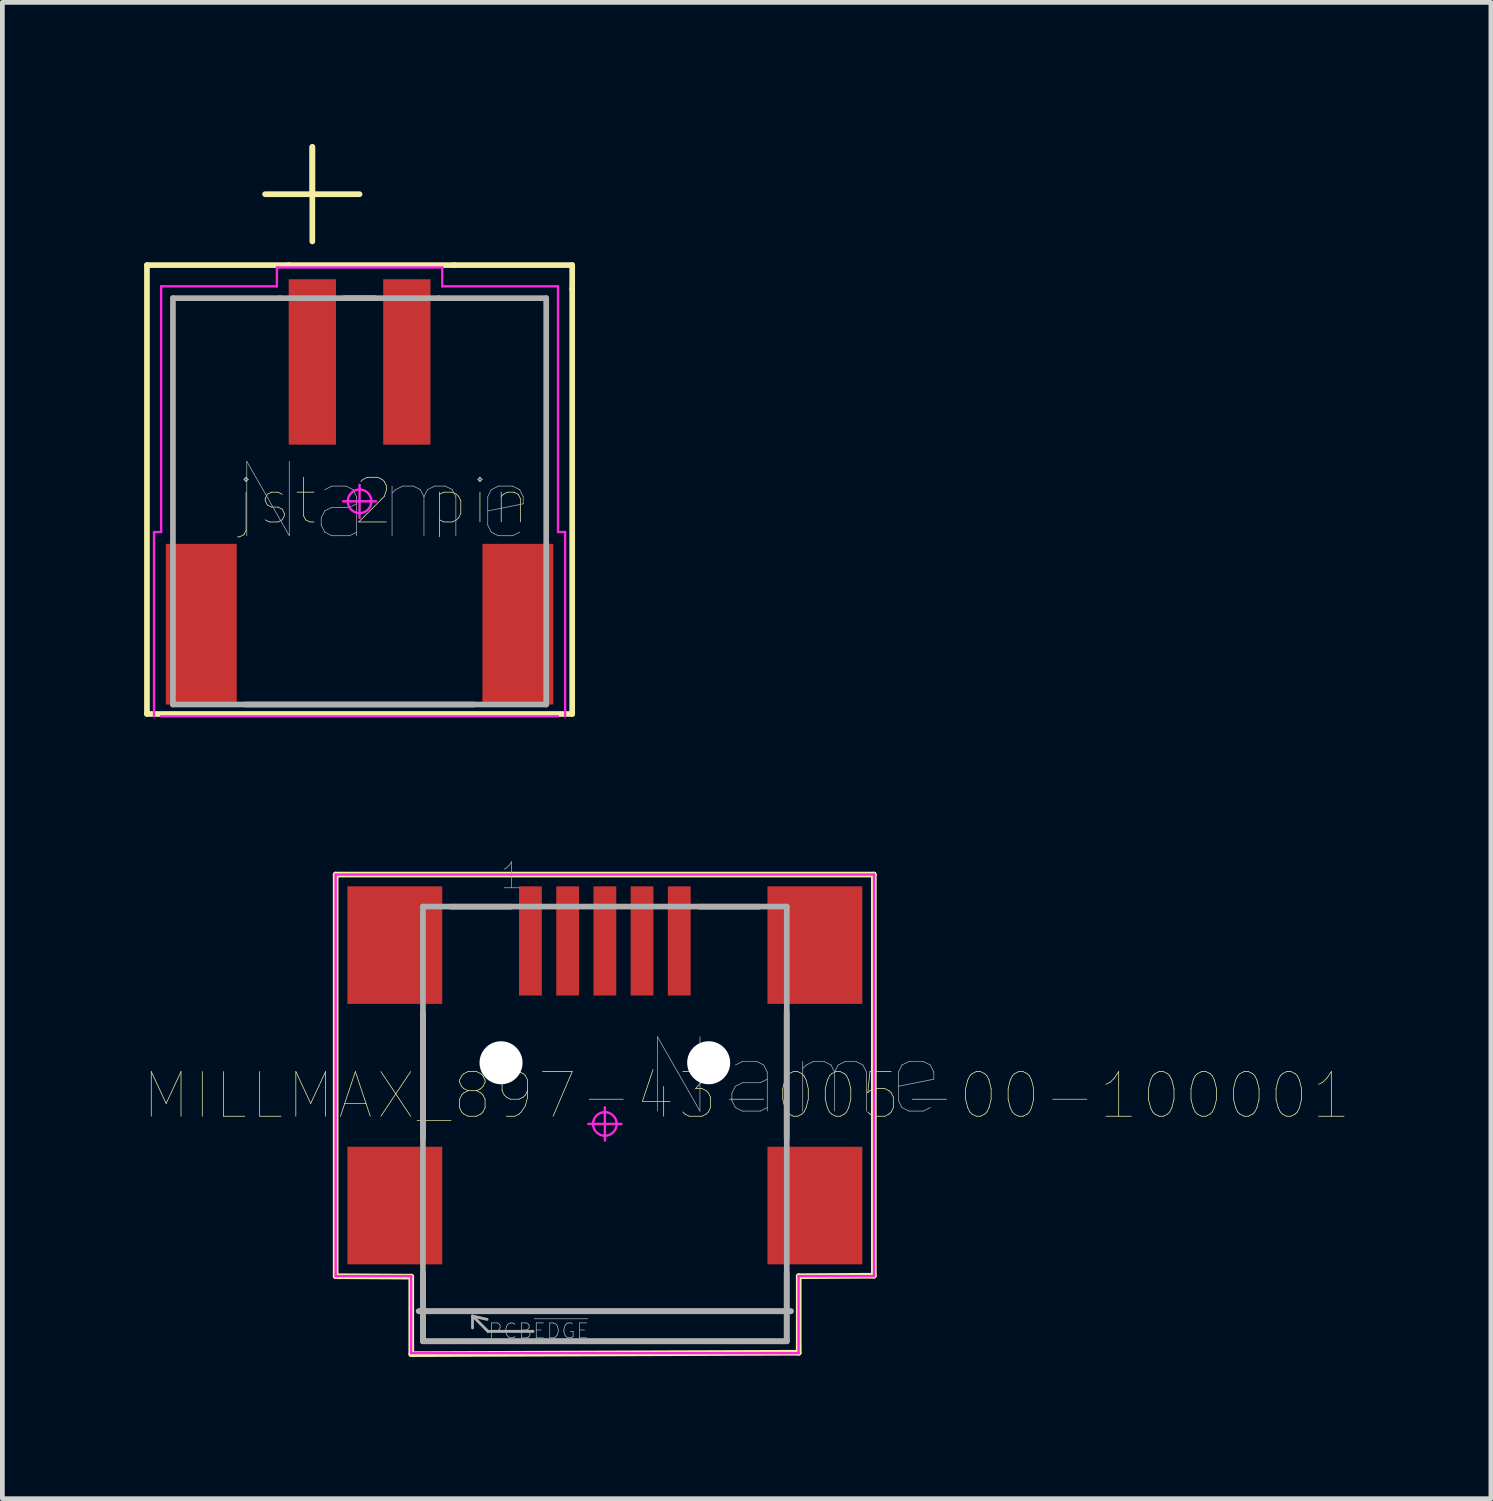
<source format=kicad_pcb>
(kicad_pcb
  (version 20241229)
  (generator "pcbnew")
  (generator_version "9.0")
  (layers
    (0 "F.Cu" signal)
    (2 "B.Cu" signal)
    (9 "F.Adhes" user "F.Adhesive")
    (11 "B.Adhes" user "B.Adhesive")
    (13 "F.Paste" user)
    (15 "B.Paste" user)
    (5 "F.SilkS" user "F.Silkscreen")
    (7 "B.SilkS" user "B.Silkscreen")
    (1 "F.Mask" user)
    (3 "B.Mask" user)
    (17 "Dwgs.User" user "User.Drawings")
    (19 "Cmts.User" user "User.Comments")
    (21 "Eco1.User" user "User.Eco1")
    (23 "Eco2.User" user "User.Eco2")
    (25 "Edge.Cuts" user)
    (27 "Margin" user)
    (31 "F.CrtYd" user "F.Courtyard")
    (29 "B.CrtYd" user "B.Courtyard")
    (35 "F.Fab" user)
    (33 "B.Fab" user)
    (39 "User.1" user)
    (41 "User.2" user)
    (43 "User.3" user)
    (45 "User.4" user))
  (footprint "jst 2 pin"
    (layer "F.Cu")
    (at 4.56 7.56)
    (property "Reference" "jst 2 pin" (at 0.5 0 0) (layer "F.SilkS") (effects (font (size 0.945 0.945) (thickness 0.015))))
    (fp_line (start -4.5 -5) (end -1.5 -5) (stroke (width 0.12) (type solid)) (layer "F.SilkS"))
    (fp_line (start -4.5 4.5) (end -4.5 -5) (stroke (width 0.12) (type solid)) (layer "F.SilkS"))
    (fp_line (start -1.5 -5) (end 2 -5) (stroke (width 0.12) (type solid)) (layer "F.SilkS"))
    (fp_line (start -1 -7.5) (end -1 -5.5) (stroke (width 0.12) (type solid)) (layer "F.SilkS"))
    (fp_line (start -1 -6.5) (end -1 -7.5) (stroke (width 0.12) (type solid)) (layer "F.SilkS"))
    (fp_line (start 0 -6.5) (end -2 -6.5) (stroke (width 0.12) (type solid)) (layer "F.SilkS"))
    (fp_line (start 2 -5) (end 4.5 -5) (stroke (width 0.12) (type solid)) (layer "F.SilkS"))
    (fp_line (start 4.5 -5) (end 4.5 -4.5) (stroke (width 0.12) (type solid)) (layer "F.SilkS"))
    (fp_line (start 4.5 -4.5) (end 4.5 4.5) (stroke (width 0.12) (type solid)) (layer "F.SilkS"))
    (fp_line (start 4.5 4.5) (end -4.5 4.5) (stroke (width 0.12) (type solid)) (layer "F.SilkS"))
    (fp_line (start -4.35 0.65) (end -4.35 4.55) (stroke (width 0.05) (type solid)) (layer "F.CrtYd"))
    (fp_line (start -4.2 -4.55) (end -4.2 0.65) (stroke (width 0.05) (type solid)) (layer "F.CrtYd"))
    (fp_line (start -4.2 0.65) (end -4.35 0.65) (stroke (width 0.05) (type solid)) (layer "F.CrtYd"))
    (fp_line (start -4.2 4.55) (end 4.2 4.55) (stroke (width 0.05) (type solid)) (layer "F.CrtYd"))
    (fp_line (start -1.75 -4.95) (end -1.75 -4.55) (stroke (width 0.05) (type solid)) (layer "F.CrtYd"))
    (fp_line (start -1.75 -4.55) (end -4.2 -4.55) (stroke (width 0.05) (type solid)) (layer "F.CrtYd"))
    (fp_line (start 0 -0.35) (end 0 0.35) (stroke (width 0.05) (type solid)) (layer "F.CrtYd"))
    (fp_line (start 0.35 0) (end -0.35 0) (stroke (width 0.05) (type solid)) (layer "F.CrtYd"))
    (fp_line (start 1.75 -4.95) (end -1.75 -4.95) (stroke (width 0.05) (type solid)) (layer "F.CrtYd"))
    (fp_line (start 1.75 -4.55) (end 1.75 -4.95) (stroke (width 0.05) (type solid)) (layer "F.CrtYd"))
    (fp_line (start 4.2 -4.55) (end 1.75 -4.55) (stroke (width 0.05) (type solid)) (layer "F.CrtYd"))
    (fp_line (start 4.2 0.65) (end 4.2 -4.55) (stroke (width 0.05) (type solid)) (layer "F.CrtYd"))
    (fp_line (start 4.35 0.65) (end 4.2 0.65) (stroke (width 0.05) (type solid)) (layer "F.CrtYd"))
    (fp_line (start 4.35 4.55) (end 4.35 0.65) (stroke (width 0.05) (type solid)) (layer "F.CrtYd"))
    (fp_circle (center 0 0) (end 0.25 0) (stroke (width 0.05) (type solid)) (fill no) (layer "F.CrtYd"))
    (fp_line (start -3.95 -4.3) (end -1.68 -4.3) (stroke (width 0.12) (type solid)) (layer "F.Fab"))
    (fp_line (start -3.95 4.3) (end -3.95 -4.3) (stroke (width 0.12) (type solid)) (layer "F.Fab"))
    (fp_line (start -2.42 4.3) (end -3.95 4.3) (stroke (width 0.025) (type solid)) (layer "F.Fab"))
    (fp_line (start -2.42 4.3) (end 2.42 4.3) (stroke (width 0.12) (type solid)) (layer "F.Fab"))
    (fp_line (start -1.68 -4.3) (end -0.32 -4.3) (stroke (width 0.025) (type solid)) (layer "F.Fab"))
    (fp_line (start -1.68 -4.3) (end 1.68 -4.3) (stroke (width 0.12) (type solid)) (layer "F.Fab"))
    (fp_line (start -0.32 -4.3) (end 0.32 -4.3) (stroke (width 0.12) (type solid)) (layer "F.Fab"))
    (fp_line (start 0.32 -4.3) (end 1.68 -4.3) (stroke (width 0.025) (type solid)) (layer "F.Fab"))
    (fp_line (start 1.68 -4.3) (end 3.95 -4.3) (stroke (width 0.12) (type solid)) (layer "F.Fab"))
    (fp_line (start 3.95 -4.3) (end 3.95 4.3) (stroke (width 0.12) (type solid)) (layer "F.Fab"))
    (fp_line (start 3.95 4.3) (end -3.95 4.3) (stroke (width 0.12) (type solid)) (layer "F.Fab"))
    (fp_line (start 3.95 4.3) (end 2.42 4.3) (stroke (width 0.025) (type solid)) (layer "F.Fab"))
    (fp_text user "Name" (at 0.5 0 0) (layer "F.Fab") (effects (font (size 1.575 1.575) (thickness 0.015))))
    (pad "1" smd rect (at -1 -2.95) (size 1 3.5) (layers "F.Cu" "F.Mask" "F.Paste"))
    (pad "2" smd rect (at 1 -2.95) (size 1 3.5) (layers "F.Cu" "F.Mask" "F.Paste"))
    (pad "M" smd rect (at -3.35 2.6) (size 1.5 3.4) (layers "F.Cu" "F.Mask" "F.Paste"))
    (pad "N" smd rect (at 3.35 2.6) (size 1.5 3.4) (layers "F.Cu" "F.Mask" "F.Paste")))
  (footprint "MILLMAX_897-43-005-00-100001"
    (layer "F.Cu")
    (at 9.751 20.737)
    (property "Reference" "MILLMAX_897-43-005-00-100001" (at 3 -0.6 0) (layer "F.SilkS") (effects (font (size 0.945 0.945) (thickness 0.015))))
    (fp_poly (pts (xy -1.747 -1.295) (xy -1.754 -1.373) (xy -1.774 -1.449) (xy -1.807 -1.52) (xy -1.852 -1.585) (xy -1.908 -1.64) (xy -1.972 -1.685) (xy -2.043 -1.718) (xy -2.119 -1.739) (xy -2.197 -1.745) (xy -2.275 -1.739) (xy -2.351 -1.718) (xy -2.422 -1.685) (xy -2.486 -1.64) (xy -2.542 -1.585) (xy -2.587 -1.52) (xy -2.62 -1.449) (xy -2.64 -1.373) (xy -2.647 -1.295) (xy -2.64 -1.217) (xy -2.62 -1.141) (xy -2.587 -1.07) (xy -2.542 -1.006) (xy -2.486 -0.951) (xy -2.422 -0.906) (xy -2.351 -0.873) (xy -2.275 -0.852) (xy -2.197 -0.845) (xy -2.119 -0.852) (xy -2.043 -0.873) (xy -1.972 -0.906) (xy -1.908 -0.951) (xy -1.852 -1.006) (xy -1.807 -1.07) (xy -1.774 -1.141) (xy -1.754 -1.217)) (stroke (width 0.01) (type solid)) (fill yes) (layer "F.Mask"))
    (fp_poly (pts (xy 2.647 -1.295) (xy 2.64 -1.373) (xy 2.62 -1.449) (xy 2.587 -1.52) (xy 2.542 -1.585) (xy 2.486 -1.64) (xy 2.422 -1.685) (xy 2.351 -1.718) (xy 2.275 -1.739) (xy 2.197 -1.745) (xy 2.119 -1.739) (xy 2.043 -1.718) (xy 1.972 -1.685) (xy 1.908 -1.64) (xy 1.852 -1.585) (xy 1.807 -1.52) (xy 1.774 -1.449) (xy 1.754 -1.373) (xy 1.747 -1.295) (xy 1.754 -1.217) (xy 1.774 -1.141) (xy 1.807 -1.07) (xy 1.852 -1.006) (xy 1.908 -0.951) (xy 1.972 -0.906) (xy 2.043 -0.873) (xy 2.119 -0.852) (xy 2.197 -0.845) (xy 2.275 -0.852) (xy 2.351 -0.873) (xy 2.422 -0.906) (xy 2.486 -0.951) (xy 2.542 -1.006) (xy 2.587 -1.07) (xy 2.62 -1.141) (xy 2.64 -1.217)) (stroke (width 0.01) (type solid)) (fill yes) (layer "F.Mask"))
    (fp_poly (pts (xy -1.747 -1.295) (xy -1.754 -1.373) (xy -1.774 -1.449) (xy -1.807 -1.52) (xy -1.852 -1.585) (xy -1.908 -1.64) (xy -1.972 -1.685) (xy -2.043 -1.718) (xy -2.119 -1.739) (xy -2.197 -1.745) (xy -2.275 -1.739) (xy -2.351 -1.718) (xy -2.422 -1.685) (xy -2.486 -1.64) (xy -2.542 -1.585) (xy -2.587 -1.52) (xy -2.62 -1.449) (xy -2.64 -1.373) (xy -2.647 -1.295) (xy -2.64 -1.217) (xy -2.62 -1.141) (xy -2.587 -1.07) (xy -2.542 -1.006) (xy -2.486 -0.951) (xy -2.422 -0.906) (xy -2.351 -0.873) (xy -2.275 -0.852) (xy -2.197 -0.845) (xy -2.119 -0.852) (xy -2.043 -0.873) (xy -1.972 -0.906) (xy -1.908 -0.951) (xy -1.852 -1.006) (xy -1.807 -1.07) (xy -1.774 -1.141) (xy -1.754 -1.217)) (stroke (width 0.01) (type solid)) (fill yes) (layer "B.Mask"))
    (fp_poly (pts (xy 2.647 -1.295) (xy 2.64 -1.373) (xy 2.62 -1.449) (xy 2.587 -1.52) (xy 2.542 -1.585) (xy 2.486 -1.64) (xy 2.422 -1.685) (xy 2.351 -1.718) (xy 2.275 -1.739) (xy 2.197 -1.745) (xy 2.119 -1.739) (xy 2.043 -1.718) (xy 1.972 -1.685) (xy 1.908 -1.64) (xy 1.852 -1.585) (xy 1.807 -1.52) (xy 1.774 -1.449) (xy 1.754 -1.373) (xy 1.747 -1.295) (xy 1.754 -1.217) (xy 1.774 -1.141) (xy 1.807 -1.07) (xy 1.852 -1.006) (xy 1.908 -0.951) (xy 1.972 -0.906) (xy 2.043 -0.873) (xy 2.119 -0.852) (xy 2.197 -0.845) (xy 2.275 -0.852) (xy 2.351 -0.873) (xy 2.422 -0.906) (xy 2.486 -0.951) (xy 2.542 -1.006) (xy 2.587 -1.07) (xy 2.62 -1.141) (xy 2.64 -1.217)) (stroke (width 0.01) (type solid)) (fill yes) (layer "B.Mask"))
    (fp_line (start -5.697 -5.278) (end 5.693 -5.278) (stroke (width 0.12) (type solid)) (layer "F.SilkS"))
    (fp_line (start -5.697 3.222) (end -5.697 -5.278) (stroke (width 0.12) (type solid)) (layer "F.SilkS"))
    (fp_line (start -4.097 3.232) (end -5.697 3.222) (stroke (width 0.12) (type solid)) (layer "F.SilkS"))
    (fp_line (start -4.097 4.872) (end -4.097 3.232) (stroke (width 0.12) (type solid)) (layer "F.SilkS"))
    (fp_line (start 4.103 3.222) (end 4.103 4.842) (stroke (width 0.12) (type solid)) (layer "F.SilkS"))
    (fp_line (start 4.103 4.842) (end -4.097 4.872) (stroke (width 0.12) (type solid)) (layer "F.SilkS"))
    (fp_line (start 5.693 -5.278) (end 5.693 3.212) (stroke (width 0.12) (type solid)) (layer "F.SilkS"))
    (fp_line (start 5.693 3.212) (end 4.103 3.222) (stroke (width 0.12) (type solid)) (layer "F.SilkS"))
    (fp_line (start -5.697 -5.278) (end -5.697 3.221) (stroke (width 0.05) (type solid)) (layer "F.CrtYd"))
    (fp_line (start -5.697 3.221) (end -4.1 3.221) (stroke (width 0.05) (type solid)) (layer "F.CrtYd"))
    (fp_line (start -4.1 3.221) (end -4.1 4.85) (stroke (width 0.05) (type solid)) (layer "F.CrtYd"))
    (fp_line (start -4.1 4.85) (end 4.1 4.85) (stroke (width 0.05) (type solid)) (layer "F.CrtYd"))
    (fp_line (start 0 -0.35) (end 0 0.35) (stroke (width 0.05) (type solid)) (layer "F.CrtYd"))
    (fp_line (start 0.35 0) (end -0.35 0) (stroke (width 0.05) (type solid)) (layer "F.CrtYd"))
    (fp_line (start 4.1 3.221) (end 5.697 3.221) (stroke (width 0.05) (type solid)) (layer "F.CrtYd"))
    (fp_line (start 4.1 4.85) (end 4.1 3.221) (stroke (width 0.05) (type solid)) (layer "F.CrtYd"))
    (fp_line (start 5.697 -5.278) (end -5.697 -5.278) (stroke (width 0.05) (type solid)) (layer "F.CrtYd"))
    (fp_line (start 5.697 3.221) (end 5.697 -5.278) (stroke (width 0.05) (type solid)) (layer "F.CrtYd"))
    (fp_circle (center 0 0) (end 0.25 0) (stroke (width 0.05) (type solid)) (fill no) (layer "F.CrtYd"))
    (fp_line (start -3.937 3.962) (end 3.937 3.962) (stroke (width 0.127) (type solid)) (layer "F.Fab"))
    (fp_line (start -3.85 -4.6) (end 3.85 -4.6) (stroke (width 0.12) (type solid)) (layer "F.Fab"))
    (fp_line (start -3.85 4.6) (end -3.85 -4.6) (stroke (width 0.12) (type solid)) (layer "F.Fab"))
    (fp_line (start -3.848 -4.598) (end -3.262 -4.598) (stroke (width 0.025) (type solid)) (layer "F.Fab"))
    (fp_line (start -3.848 -2.36) (end -3.848 -4.598) (stroke (width 0.025) (type solid)) (layer "F.Fab"))
    (fp_line (start -3.848 0.303) (end -3.848 -2.36) (stroke (width 0.12) (type solid)) (layer "F.Fab"))
    (fp_line (start -3.848 3.152) (end -3.848 0.303) (stroke (width 0.025) (type solid)) (layer "F.Fab"))
    (fp_line (start -3.848 4.598) (end -3.848 3.152) (stroke (width 0.12) (type solid)) (layer "F.Fab"))
    (fp_line (start -3.262 -4.598) (end -1.996 -4.598) (stroke (width 0.12) (type solid)) (layer "F.Fab"))
    (fp_line (start -2.803 4.065) (end -2.492 4.136) (stroke (width 0.06) (type solid)) (layer "F.Fab"))
    (fp_line (start -2.801 4.068) (end -2.801 4.317) (stroke (width 0.06) (type solid)) (layer "F.Fab"))
    (fp_line (start -2.473 4.39) (end -2.794 4.069) (stroke (width 0.06) (type solid)) (layer "F.Fab"))
    (fp_line (start -1.996 -4.598) (end 1.996 -4.598) (stroke (width 0.025) (type solid)) (layer "F.Fab"))
    (fp_line (start -1.519 4.39) (end -2.473 4.39) (stroke (width 0.06) (type solid)) (layer "F.Fab"))
    (fp_line (start 1.996 -4.598) (end 3.262 -4.598) (stroke (width 0.12) (type solid)) (layer "F.Fab"))
    (fp_line (start 3.262 -4.598) (end 3.848 -4.598) (stroke (width 0.025) (type solid)) (layer "F.Fab"))
    (fp_line (start 3.848 -4.598) (end 3.848 -2.36) (stroke (width 0.025) (type solid)) (layer "F.Fab"))
    (fp_line (start 3.848 0.303) (end 3.848 -2.36) (stroke (width 0.12) (type solid)) (layer "F.Fab"))
    (fp_line (start 3.848 0.303) (end 3.848 3.152) (stroke (width 0.025) (type solid)) (layer "F.Fab"))
    (fp_line (start 3.848 3.152) (end 3.848 4.598) (stroke (width 0.12) (type solid)) (layer "F.Fab"))
    (fp_line (start 3.848 4.598) (end -3.848 4.598) (stroke (width 0.12) (type solid)) (layer "F.Fab"))
    (fp_line (start 3.85 -4.6) (end 3.85 4.6) (stroke (width 0.12) (type solid)) (layer "F.Fab"))
    (fp_line (start 3.85 4.6) (end -3.85 4.6) (stroke (width 0.12) (type solid)) (layer "F.Fab"))
    (fp_text user "Name" (at 4 -1 0) (layer "F.Fab") (effects (font (size 1.575 1.575) (thickness 0.015))))
    (fp_text user "PCB~{EDGE}" (at -1.399 4.381 0) (layer "F.Fab") (effects (font (size 0.315 0.315) (thickness 0.015))))
    (fp_text user "1" (at -1.975 -5.253 0) (layer "F.Fab") (effects (font (size 0.551 0.551) (thickness 0.015))))
    (pad "" np_thru_hole circle (at -2.197 -1.295) (size 0.91 0.91) (drill 0.91) (layers "*.Cu" "*.Mask"))
    (pad "" np_thru_hole circle (at 2.197 -1.295) (size 0.91 0.91) (drill 0.91) (layers "*.Cu" "*.Mask"))
    (pad "1" smd rect (at -1.575 -3.873) (size 0.483 2.311) (layers "F.Cu" "F.Mask" "F.Paste"))
    (pad "2" smd rect (at -0.787 -3.873) (size 0.483 2.311) (layers "F.Cu" "F.Mask" "F.Paste"))
    (pad "3" smd rect (at 0 -3.873) (size 0.483 2.311) (layers "F.Cu" "F.Mask" "F.Paste"))
    (pad "4" smd rect (at 0.787 -3.873) (size 0.483 2.311) (layers "F.Cu" "F.Mask" "F.Paste"))
    (pad "5" smd rect (at 1.575 -3.873) (size 0.483 2.311) (layers "F.Cu" "F.Mask" "F.Paste"))
    (pad "6" smd rect (at 4.445 -3.785) (size 2.007 2.489) (layers "F.Cu" "F.Mask" "F.Paste"))
    (pad "7" smd rect (at 4.445 1.727) (size 2.007 2.489) (layers "F.Cu" "F.Mask" "F.Paste"))
    (pad "8" smd rect (at -4.445 1.727) (size 2.007 2.489) (layers "F.Cu" "F.Mask" "F.Paste"))
    (pad "9" smd rect (at -4.445 -3.785) (size 2.007 2.489) (layers "F.Cu" "F.Mask" "F.Paste")))
  (gr_rect
    (start -3 -3)
    (end 28.503 28.668)
    (stroke (width 0.1) (type default))
    (fill no)
    (layer "Edge.Cuts")))
</source>
